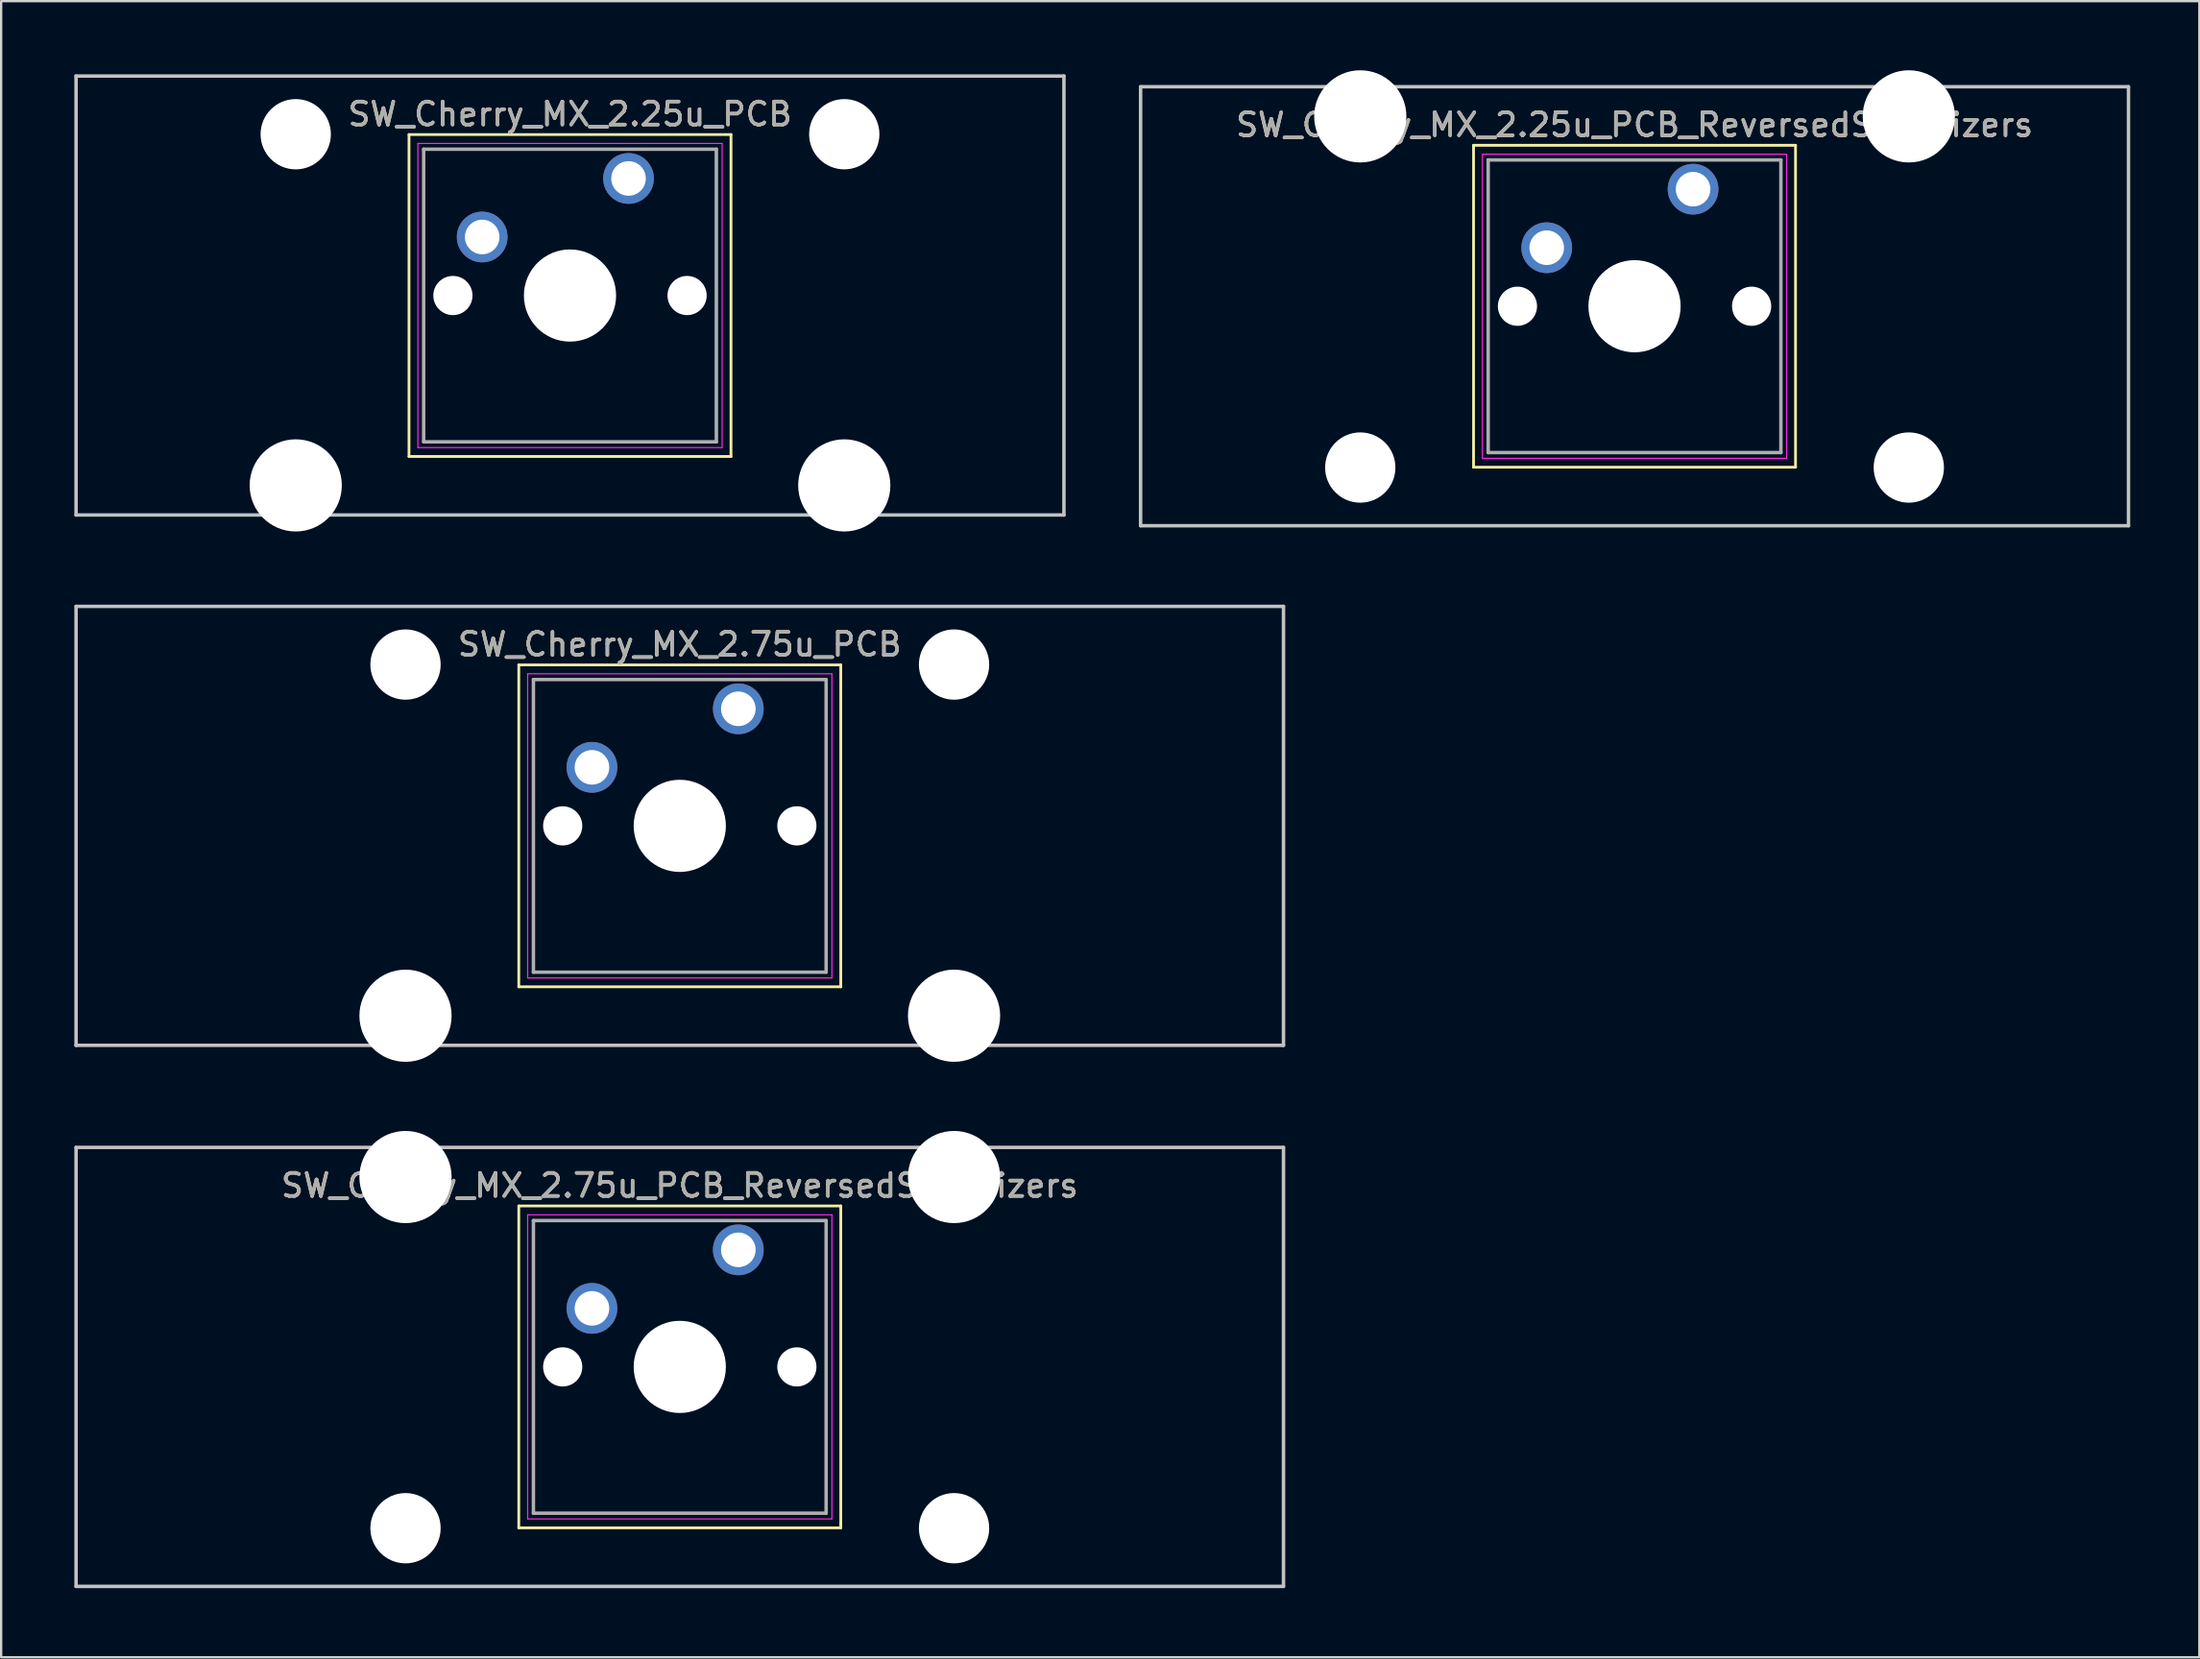
<source format=kicad_pcb>
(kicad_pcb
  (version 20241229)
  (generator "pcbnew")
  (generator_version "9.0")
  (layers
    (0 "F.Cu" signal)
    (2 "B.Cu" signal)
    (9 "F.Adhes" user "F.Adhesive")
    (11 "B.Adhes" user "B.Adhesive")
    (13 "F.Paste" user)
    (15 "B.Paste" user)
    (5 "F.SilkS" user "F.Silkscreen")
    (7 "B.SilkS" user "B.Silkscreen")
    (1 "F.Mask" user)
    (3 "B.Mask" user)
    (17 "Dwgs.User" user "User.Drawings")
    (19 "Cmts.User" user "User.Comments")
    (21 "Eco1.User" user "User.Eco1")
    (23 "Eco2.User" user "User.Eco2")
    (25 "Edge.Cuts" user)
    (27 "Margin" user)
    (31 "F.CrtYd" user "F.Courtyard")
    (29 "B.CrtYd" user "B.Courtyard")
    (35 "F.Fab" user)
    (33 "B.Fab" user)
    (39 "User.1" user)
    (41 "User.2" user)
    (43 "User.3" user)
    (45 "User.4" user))
  (footprint "SW_Cherry_MX_2.75u_PCB_ReversedStabilizers"
    (layer "F.Cu")
    (at 0.25 46.745)
    (property "Reference" "SW_Cherry_MX_2.75u_PCB_ReversedStabilizers" (at 26.194 1.651 0) (layer "F.SilkS") (effects (font (size 1 1) (thickness 0.15))))
    (attr through_hole)
    (fp_line (start 19.209 2.54) (end 33.179 2.54) (stroke (width 0.12) (type solid)) (layer "F.SilkS"))
    (fp_line (start 19.209 16.51) (end 19.209 2.54) (stroke (width 0.12) (type solid)) (layer "F.SilkS"))
    (fp_line (start 33.179 2.54) (end 33.179 16.51) (stroke (width 0.12) (type solid)) (layer "F.SilkS"))
    (fp_line (start 33.179 16.51) (end 19.209 16.51) (stroke (width 0.12) (type solid)) (layer "F.SilkS"))
    (fp_line (start 0 0) (end 52.388 0) (stroke (width 0.15) (type solid)) (layer "Dwgs.User"))
    (fp_line (start 0 19.05) (end 0 0) (stroke (width 0.15) (type solid)) (layer "Dwgs.User"))
    (fp_line (start 52.388 0) (end 52.388 19.05) (stroke (width 0.15) (type solid)) (layer "Dwgs.User"))
    (fp_line (start 52.388 19.05) (end 0 19.05) (stroke (width 0.15) (type solid)) (layer "Dwgs.User"))
    (fp_line (start 19.594 2.925) (end 32.794 2.925) (stroke (width 0.05) (type solid)) (layer "F.CrtYd"))
    (fp_line (start 19.594 16.125) (end 19.594 2.925) (stroke (width 0.05) (type solid)) (layer "F.CrtYd"))
    (fp_line (start 32.794 2.925) (end 32.794 16.125) (stroke (width 0.05) (type solid)) (layer "F.CrtYd"))
    (fp_line (start 32.794 16.125) (end 19.594 16.125) (stroke (width 0.05) (type solid)) (layer "F.CrtYd"))
    (fp_line (start 19.844 3.175) (end 32.544 3.175) (stroke (width 0.15) (type solid)) (layer "F.Fab"))
    (fp_line (start 19.844 15.875) (end 19.844 3.175) (stroke (width 0.15) (type solid)) (layer "F.Fab"))
    (fp_line (start 32.544 3.175) (end 32.544 15.875) (stroke (width 0.15) (type solid)) (layer "F.Fab"))
    (fp_line (start 32.544 15.875) (end 19.844 15.875) (stroke (width 0.15) (type solid)) (layer "F.Fab"))
    (fp_text user "${REFERENCE}" (at 26.194 1.651 0) (layer "F.Fab") (effects (font (size 1 1) (thickness 0.15))))
    (pad "" np_thru_hole circle (at 14.294 1.285) (size 4 4) (drill 4) (layers "*.Cu" "*.Mask"))
    (pad "" np_thru_hole circle (at 14.294 16.525) (size 3.05 3.05) (drill 3.05) (layers "*.Cu" "*.Mask"))
    (pad "" np_thru_hole circle (at 21.114 9.525) (size 1.7 1.7) (drill 1.7) (layers "*.Cu" "*.Mask"))
    (pad "" np_thru_hole circle (at 26.194 9.525) (size 4 4) (drill 4) (layers "*.Cu" "*.Mask"))
    (pad "" np_thru_hole circle (at 31.274 9.525) (size 1.7 1.7) (drill 1.7) (layers "*.Cu" "*.Mask"))
    (pad "" np_thru_hole circle (at 38.094 1.285) (size 4 4) (drill 4) (layers "*.Cu" "*.Mask"))
    (pad "" np_thru_hole circle (at 38.094 16.525) (size 3.05 3.05) (drill 3.05) (layers "*.Cu" "*.Mask"))
    (pad "1" thru_hole circle (at 28.734 4.445) (size 2.2 2.2) (drill 1.5) (layers "*.Cu" "*.Mask"))
    (pad "2" thru_hole circle (at 22.384 6.985) (size 2.2 2.2) (drill 1.5) (layers "*.Cu" "*.Mask")))
  (footprint "SW_Cherry_MX_2.25u_PCB"
    (layer "F.Cu")
    (at 0.25 0.25)
    (property "Reference" "SW_Cherry_MX_2.25u_PCB" (at 21.431 1.651 0) (layer "F.SilkS") (effects (font (size 1 1) (thickness 0.15))))
    (attr through_hole)
    (fp_line (start 14.446 2.54) (end 28.416 2.54) (stroke (width 0.12) (type solid)) (layer "F.SilkS"))
    (fp_line (start 14.446 16.51) (end 14.446 2.54) (stroke (width 0.12) (type solid)) (layer "F.SilkS"))
    (fp_line (start 28.416 2.54) (end 28.416 16.51) (stroke (width 0.12) (type solid)) (layer "F.SilkS"))
    (fp_line (start 28.416 16.51) (end 14.446 16.51) (stroke (width 0.12) (type solid)) (layer "F.SilkS"))
    (fp_line (start 0 0) (end 42.862 0) (stroke (width 0.15) (type solid)) (layer "Dwgs.User"))
    (fp_line (start 0 19.05) (end 0 0) (stroke (width 0.15) (type solid)) (layer "Dwgs.User"))
    (fp_line (start 42.862 0) (end 42.862 19.05) (stroke (width 0.15) (type solid)) (layer "Dwgs.User"))
    (fp_line (start 42.862 19.05) (end 0 19.05) (stroke (width 0.15) (type solid)) (layer "Dwgs.User"))
    (fp_line (start 14.831 2.925) (end 28.031 2.925) (stroke (width 0.05) (type solid)) (layer "F.CrtYd"))
    (fp_line (start 14.831 16.125) (end 14.831 2.925) (stroke (width 0.05) (type solid)) (layer "F.CrtYd"))
    (fp_line (start 28.031 2.925) (end 28.031 16.125) (stroke (width 0.05) (type solid)) (layer "F.CrtYd"))
    (fp_line (start 28.031 16.125) (end 14.831 16.125) (stroke (width 0.05) (type solid)) (layer "F.CrtYd"))
    (fp_line (start 15.081 3.175) (end 27.781 3.175) (stroke (width 0.15) (type solid)) (layer "F.Fab"))
    (fp_line (start 15.081 15.875) (end 15.081 3.175) (stroke (width 0.15) (type solid)) (layer "F.Fab"))
    (fp_line (start 27.781 3.175) (end 27.781 15.875) (stroke (width 0.15) (type solid)) (layer "F.Fab"))
    (fp_line (start 27.781 15.875) (end 15.081 15.875) (stroke (width 0.15) (type solid)) (layer "F.Fab"))
    (fp_text user "${REFERENCE}" (at 21.431 1.651 0) (layer "F.Fab") (effects (font (size 1 1) (thickness 0.15))))
    (pad "" np_thru_hole circle (at 9.531 2.525) (size 3.05 3.05) (drill 3.05) (layers "*.Cu" "*.Mask"))
    (pad "" np_thru_hole circle (at 9.531 17.765) (size 4 4) (drill 4) (layers "*.Cu" "*.Mask"))
    (pad "" np_thru_hole circle (at 16.351 9.525) (size 1.7 1.7) (drill 1.7) (layers "*.Cu" "*.Mask"))
    (pad "" np_thru_hole circle (at 21.431 9.525) (size 4 4) (drill 4) (layers "*.Cu" "*.Mask"))
    (pad "" np_thru_hole circle (at 26.511 9.525) (size 1.7 1.7) (drill 1.7) (layers "*.Cu" "*.Mask"))
    (pad "" np_thru_hole circle (at 33.331 2.525) (size 3.05 3.05) (drill 3.05) (layers "*.Cu" "*.Mask"))
    (pad "" np_thru_hole circle (at 33.331 17.765) (size 4 4) (drill 4) (layers "*.Cu" "*.Mask"))
    (pad "1" thru_hole circle (at 23.971 4.445) (size 2.2 2.2) (drill 1.5) (layers "*.Cu" "*.Mask"))
    (pad "2" thru_hole circle (at 17.621 6.985) (size 2.2 2.2) (drill 1.5) (layers "*.Cu" "*.Mask")))
  (footprint "SW_Cherry_MX_2.75u_PCB"
    (layer "F.Cu")
    (at 0.25 23.265)
    (property "Reference" "SW_Cherry_MX_2.75u_PCB" (at 26.194 1.651 0) (layer "F.SilkS") (effects (font (size 1 1) (thickness 0.15))))
    (attr through_hole)
    (fp_line (start 19.209 2.54) (end 33.179 2.54) (stroke (width 0.12) (type solid)) (layer "F.SilkS"))
    (fp_line (start 19.209 16.51) (end 19.209 2.54) (stroke (width 0.12) (type solid)) (layer "F.SilkS"))
    (fp_line (start 33.179 2.54) (end 33.179 16.51) (stroke (width 0.12) (type solid)) (layer "F.SilkS"))
    (fp_line (start 33.179 16.51) (end 19.209 16.51) (stroke (width 0.12) (type solid)) (layer "F.SilkS"))
    (fp_line (start 0 0) (end 52.388 0) (stroke (width 0.15) (type solid)) (layer "Dwgs.User"))
    (fp_line (start 0 19.05) (end 0 0) (stroke (width 0.15) (type solid)) (layer "Dwgs.User"))
    (fp_line (start 52.388 0) (end 52.388 19.05) (stroke (width 0.15) (type solid)) (layer "Dwgs.User"))
    (fp_line (start 52.388 19.05) (end 0 19.05) (stroke (width 0.15) (type solid)) (layer "Dwgs.User"))
    (fp_line (start 19.594 2.925) (end 32.794 2.925) (stroke (width 0.05) (type solid)) (layer "F.CrtYd"))
    (fp_line (start 19.594 16.125) (end 19.594 2.925) (stroke (width 0.05) (type solid)) (layer "F.CrtYd"))
    (fp_line (start 32.794 2.925) (end 32.794 16.125) (stroke (width 0.05) (type solid)) (layer "F.CrtYd"))
    (fp_line (start 32.794 16.125) (end 19.594 16.125) (stroke (width 0.05) (type solid)) (layer "F.CrtYd"))
    (fp_line (start 19.844 3.175) (end 32.544 3.175) (stroke (width 0.15) (type solid)) (layer "F.Fab"))
    (fp_line (start 19.844 15.875) (end 19.844 3.175) (stroke (width 0.15) (type solid)) (layer "F.Fab"))
    (fp_line (start 32.544 3.175) (end 32.544 15.875) (stroke (width 0.15) (type solid)) (layer "F.Fab"))
    (fp_line (start 32.544 15.875) (end 19.844 15.875) (stroke (width 0.15) (type solid)) (layer "F.Fab"))
    (fp_text user "${REFERENCE}" (at 26.194 1.651 0) (layer "F.Fab") (effects (font (size 1 1) (thickness 0.15))))
    (pad "" np_thru_hole circle (at 14.294 2.525) (size 3.05 3.05) (drill 3.05) (layers "*.Cu" "*.Mask"))
    (pad "" np_thru_hole circle (at 14.294 17.765) (size 4 4) (drill 4) (layers "*.Cu" "*.Mask"))
    (pad "" np_thru_hole circle (at 21.114 9.525) (size 1.7 1.7) (drill 1.7) (layers "*.Cu" "*.Mask"))
    (pad "" np_thru_hole circle (at 26.194 9.525) (size 4 4) (drill 4) (layers "*.Cu" "*.Mask"))
    (pad "" np_thru_hole circle (at 31.274 9.525) (size 1.7 1.7) (drill 1.7) (layers "*.Cu" "*.Mask"))
    (pad "" np_thru_hole circle (at 38.094 2.525) (size 3.05 3.05) (drill 3.05) (layers "*.Cu" "*.Mask"))
    (pad "" np_thru_hole circle (at 38.094 17.765) (size 4 4) (drill 4) (layers "*.Cu" "*.Mask"))
    (pad "1" thru_hole circle (at 28.734 4.445) (size 2.2 2.2) (drill 1.5) (layers "*.Cu" "*.Mask"))
    (pad "2" thru_hole circle (at 22.384 6.985) (size 2.2 2.2) (drill 1.5) (layers "*.Cu" "*.Mask")))
  (footprint "SW_Cherry_MX_2.25u_PCB_ReversedStabilizers"
    (layer "F.Cu")
    (at 46.438 0.715)
    (property "Reference" "SW_Cherry_MX_2.25u_PCB_ReversedStabilizers" (at 21.431 1.651 0) (layer "F.SilkS") (effects (font (size 1 1) (thickness 0.15))))
    (attr through_hole)
    (fp_line (start 14.446 2.54) (end 28.416 2.54) (stroke (width 0.12) (type solid)) (layer "F.SilkS"))
    (fp_line (start 14.446 16.51) (end 14.446 2.54) (stroke (width 0.12) (type solid)) (layer "F.SilkS"))
    (fp_line (start 28.416 2.54) (end 28.416 16.51) (stroke (width 0.12) (type solid)) (layer "F.SilkS"))
    (fp_line (start 28.416 16.51) (end 14.446 16.51) (stroke (width 0.12) (type solid)) (layer "F.SilkS"))
    (fp_line (start 0 0) (end 42.862 0) (stroke (width 0.15) (type solid)) (layer "Dwgs.User"))
    (fp_line (start 0 19.05) (end 0 0) (stroke (width 0.15) (type solid)) (layer "Dwgs.User"))
    (fp_line (start 42.862 0) (end 42.862 19.05) (stroke (width 0.15) (type solid)) (layer "Dwgs.User"))
    (fp_line (start 42.862 19.05) (end 0 19.05) (stroke (width 0.15) (type solid)) (layer "Dwgs.User"))
    (fp_line (start 14.831 2.925) (end 28.031 2.925) (stroke (width 0.05) (type solid)) (layer "F.CrtYd"))
    (fp_line (start 14.831 16.125) (end 14.831 2.925) (stroke (width 0.05) (type solid)) (layer "F.CrtYd"))
    (fp_line (start 28.031 2.925) (end 28.031 16.125) (stroke (width 0.05) (type solid)) (layer "F.CrtYd"))
    (fp_line (start 28.031 16.125) (end 14.831 16.125) (stroke (width 0.05) (type solid)) (layer "F.CrtYd"))
    (fp_line (start 15.081 3.175) (end 27.781 3.175) (stroke (width 0.15) (type solid)) (layer "F.Fab"))
    (fp_line (start 15.081 15.875) (end 15.081 3.175) (stroke (width 0.15) (type solid)) (layer "F.Fab"))
    (fp_line (start 27.781 3.175) (end 27.781 15.875) (stroke (width 0.15) (type solid)) (layer "F.Fab"))
    (fp_line (start 27.781 15.875) (end 15.081 15.875) (stroke (width 0.15) (type solid)) (layer "F.Fab"))
    (fp_text user "${REFERENCE}" (at 21.431 1.651 0) (layer "F.Fab") (effects (font (size 1 1) (thickness 0.15))))
    (pad "" np_thru_hole circle (at 9.531 1.285) (size 4 4) (drill 4) (layers "*.Cu" "*.Mask"))
    (pad "" np_thru_hole circle (at 9.531 16.525) (size 3.05 3.05) (drill 3.05) (layers "*.Cu" "*.Mask"))
    (pad "" np_thru_hole circle (at 16.351 9.525) (size 1.7 1.7) (drill 1.7) (layers "*.Cu" "*.Mask"))
    (pad "" np_thru_hole circle (at 21.431 9.525) (size 4 4) (drill 4) (layers "*.Cu" "*.Mask"))
    (pad "" np_thru_hole circle (at 26.511 9.525) (size 1.7 1.7) (drill 1.7) (layers "*.Cu" "*.Mask"))
    (pad "" np_thru_hole circle (at 33.331 1.285) (size 4 4) (drill 4) (layers "*.Cu" "*.Mask"))
    (pad "" np_thru_hole circle (at 33.331 16.525) (size 3.05 3.05) (drill 3.05) (layers "*.Cu" "*.Mask"))
    (pad "1" thru_hole circle (at 23.971 4.445) (size 2.2 2.2) (drill 1.5) (layers "*.Cu" "*.Mask"))
    (pad "2" thru_hole circle (at 17.621 6.985) (size 2.2 2.2) (drill 1.5) (layers "*.Cu" "*.Mask")))
  (gr_rect
    (start -3 -3)
    (end 92.375 68.87)
    (stroke (width 0.1) (type default))
    (fill no)
    (layer "Edge.Cuts")))
</source>
